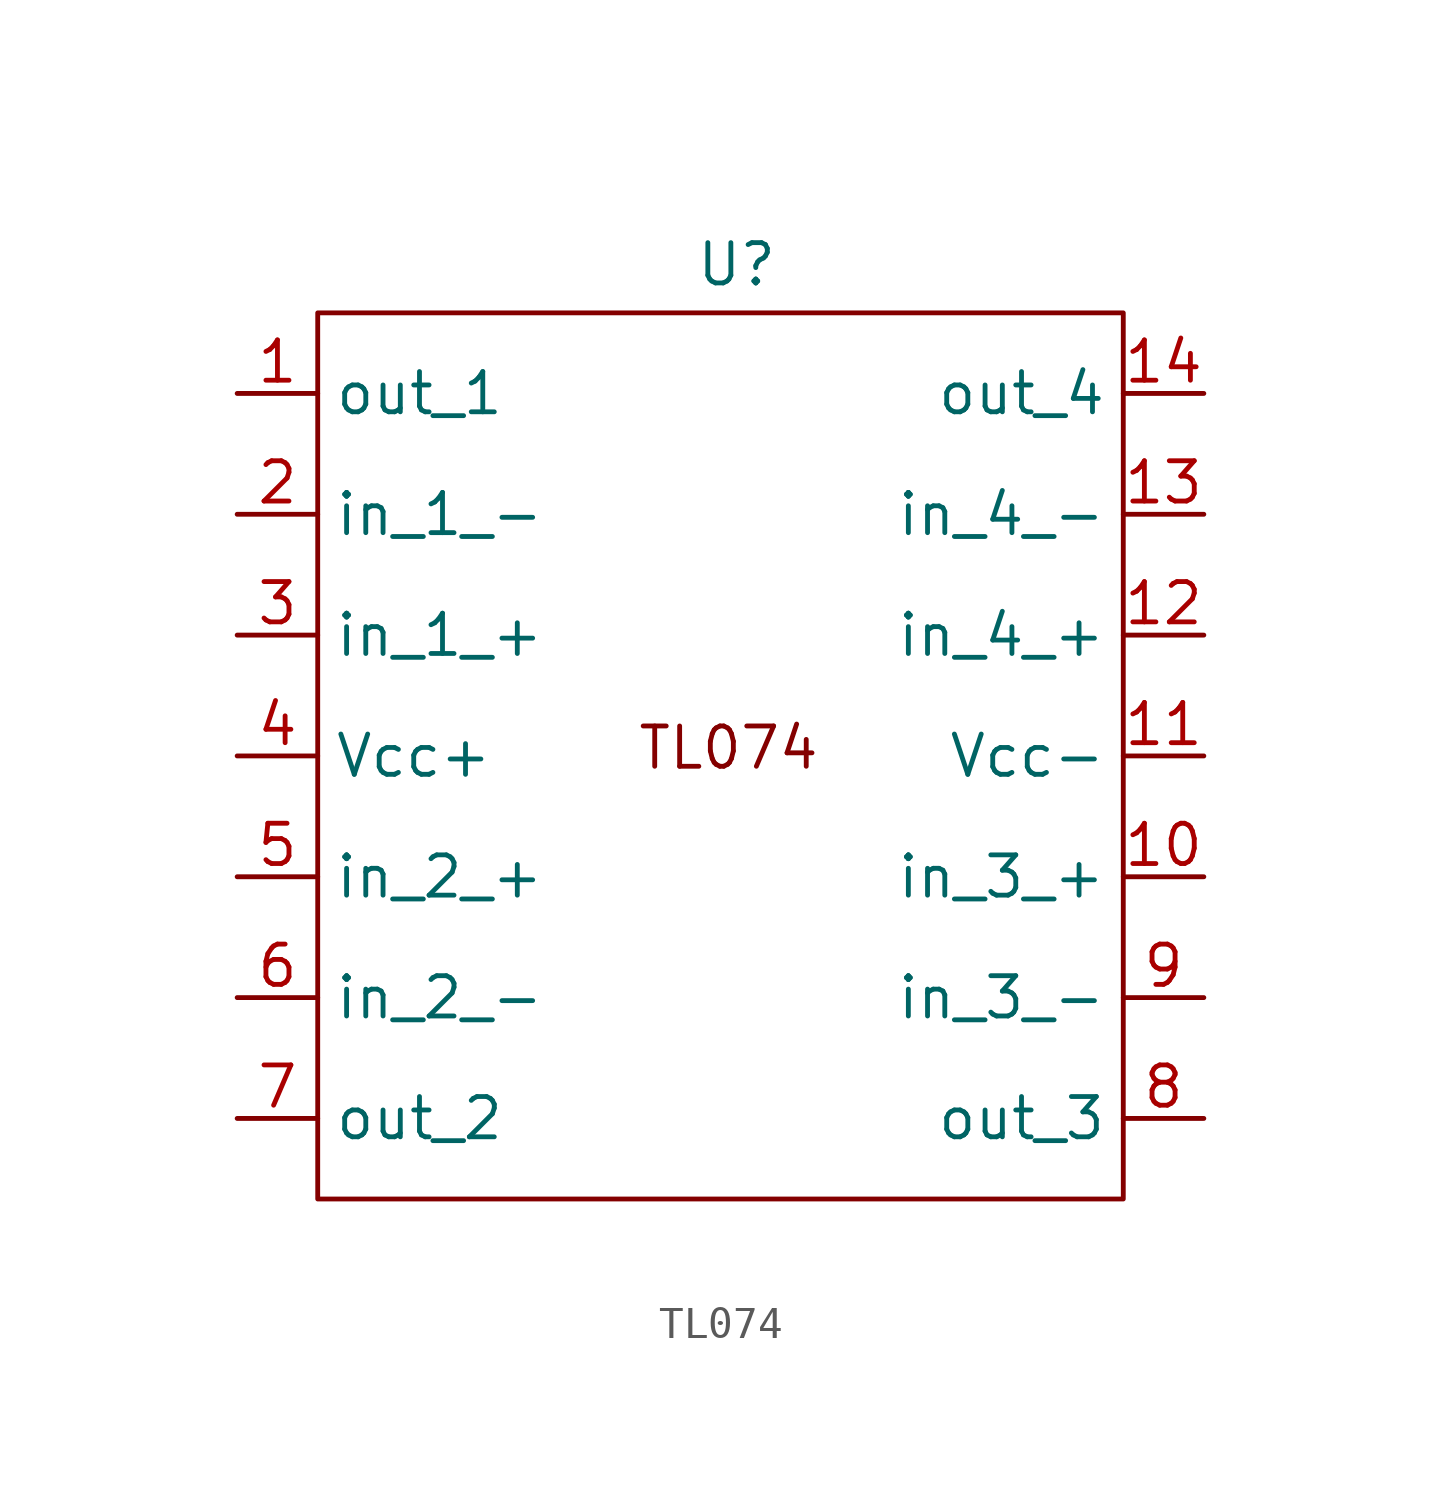
<source format=kicad_sym>
(kicad_symbol_lib
  (version 20231120)
  (generator "kicad_symbol_editor")
  (generator_version "8.0")
  (symbol "TL074"
    (property "Reference" "U"
      (at 13.208 -1.016 0)
      (effects (font (size 1.27 1.27))))
    (property "Value" ""
      (at 0 0 0)
      (effects (font (size 1.27 1.27))))
    (symbol "TL074_0_1"
      (rectangle (start 0 -2.54) (end 25.4 -30.48) (stroke (width 0) (type default)) (fill (type none))))
    (symbol "TL074_1_1"
      (text "TL074" (at 12.954 -16.256 0) (effects (font (size 1.27 1.27))))
      (pin output line (at -2.54 -5.08 0) (length 2.54) (name "out_1" (effects (font (size 1.27 1.27)))) (number "1" (effects (font (size 1.27 1.27)))))
      (pin input line (at 27.94 -20.32 180) (length 2.54) (name "in_3_+" (effects (font (size 1.27 1.27)))) (number "10" (effects (font (size 1.27 1.27)))))
      (pin power_in line (at 27.94 -16.51 180) (length 2.54) (name "Vcc-" (effects (font (size 1.27 1.27)))) (number "11" (effects (font (size 1.27 1.27)))))
      (pin input line (at 27.94 -12.7 180) (length 2.54) (name "in_4_+" (effects (font (size 1.27 1.27)))) (number "12" (effects (font (size 1.27 1.27)))))
      (pin input line (at 27.94 -8.89 180) (length 2.54) (name "in_4_-" (effects (font (size 1.27 1.27)))) (number "13" (effects (font (size 1.27 1.27)))))
      (pin output line (at 27.94 -5.08 180) (length 2.54) (name "out_4" (effects (font (size 1.27 1.27)))) (number "14" (effects (font (size 1.27 1.27)))))
      (pin input line (at -2.54 -8.89 0) (length 2.54) (name "in_1_-" (effects (font (size 1.27 1.27)))) (number "2" (effects (font (size 1.27 1.27)))))
      (pin input line (at -2.54 -12.7 0) (length 2.54) (name "in_1_+" (effects (font (size 1.27 1.27)))) (number "3" (effects (font (size 1.27 1.27)))))
      (pin power_in line (at -2.54 -16.51 0) (length 2.54) (name "Vcc+" (effects (font (size 1.27 1.27)))) (number "4" (effects (font (size 1.27 1.27)))))
      (pin input line (at -2.54 -20.32 0) (length 2.54) (name "in_2_+" (effects (font (size 1.27 1.27)))) (number "5" (effects (font (size 1.27 1.27)))))
      (pin input line (at -2.54 -24.13 0) (length 2.54) (name "in_2_-" (effects (font (size 1.27 1.27)))) (number "6" (effects (font (size 1.27 1.27)))))
      (pin output line (at -2.54 -27.94 0) (length 2.54) (name "out_2" (effects (font (size 1.27 1.27)))) (number "7" (effects (font (size 1.27 1.27)))))
      (pin output line (at 27.94 -27.94 180) (length 2.54) (name "out_3" (effects (font (size 1.27 1.27)))) (number "8" (effects (font (size 1.27 1.27)))))
      (pin input line (at 27.94 -24.13 180) (length 2.54) (name "in_3_-" (effects (font (size 1.27 1.27)))) (number "9" (effects (font (size 1.27 1.27))))))))
</source>
